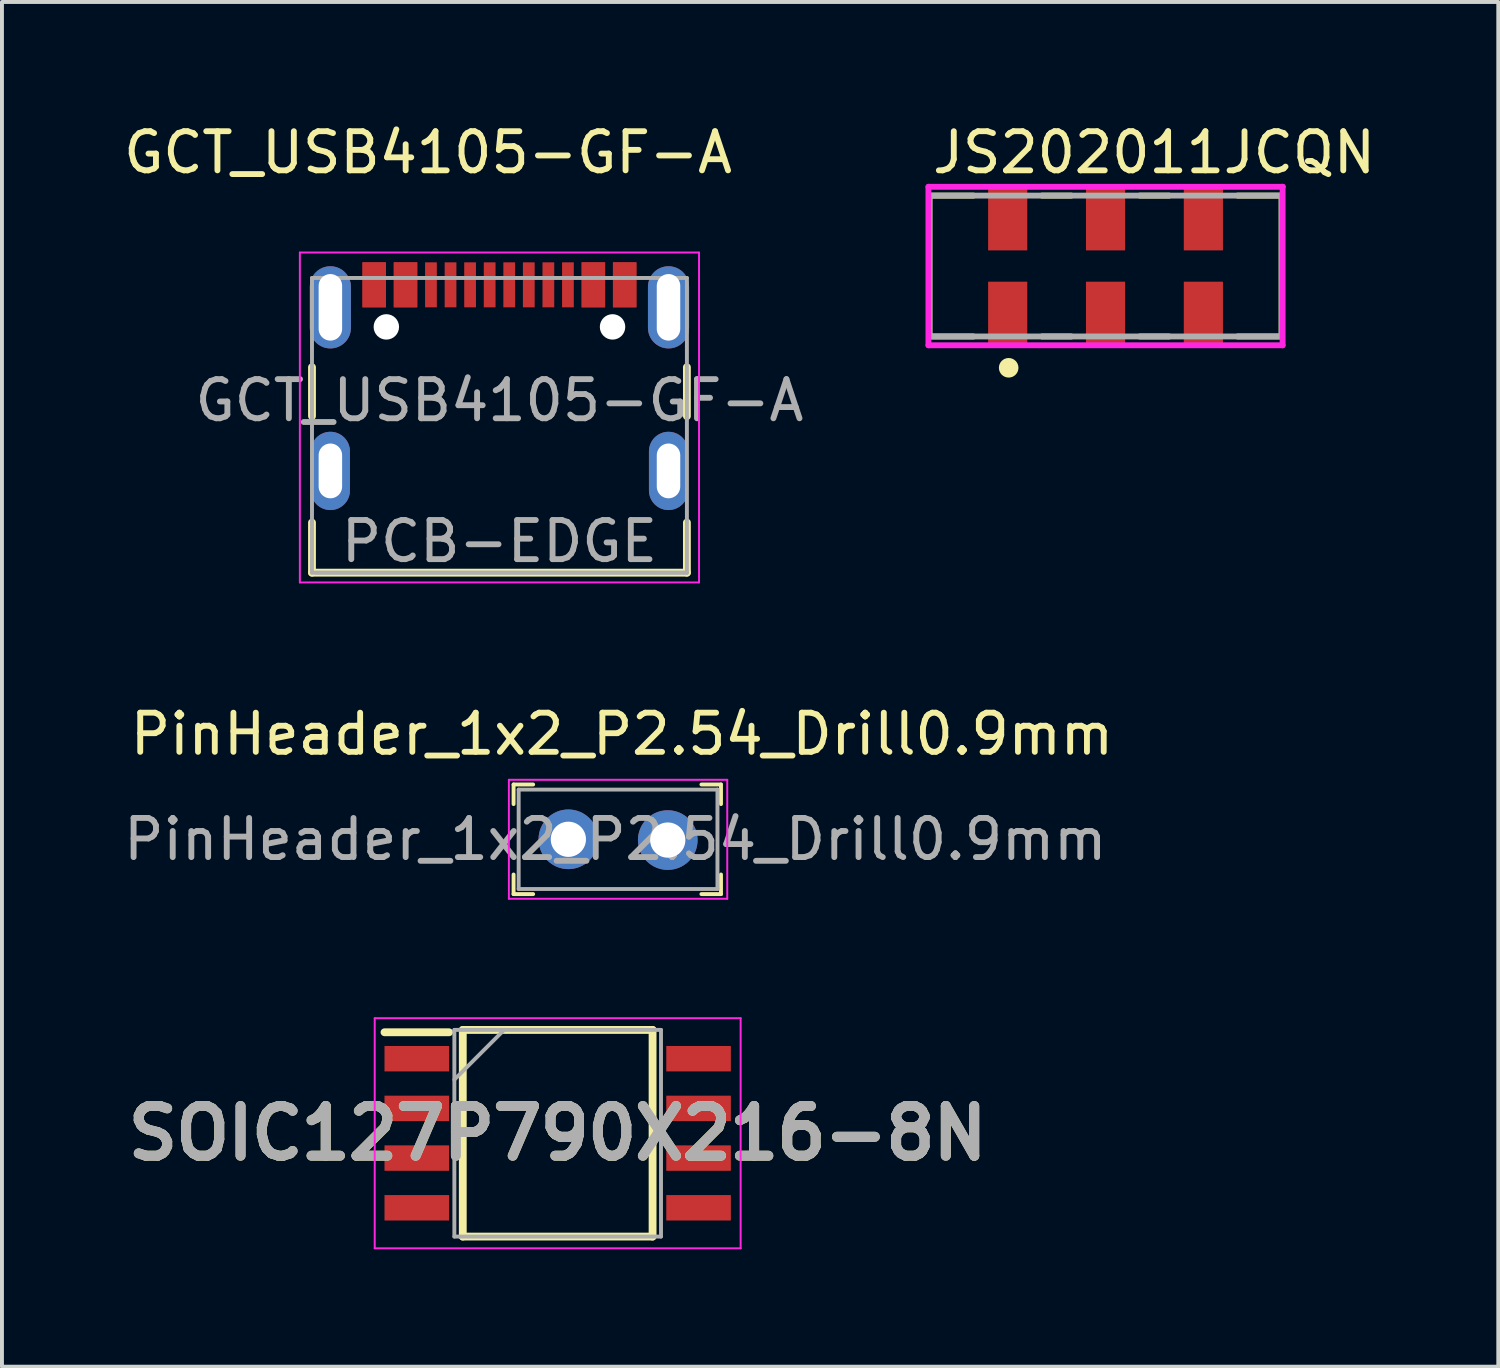
<source format=kicad_pcb>
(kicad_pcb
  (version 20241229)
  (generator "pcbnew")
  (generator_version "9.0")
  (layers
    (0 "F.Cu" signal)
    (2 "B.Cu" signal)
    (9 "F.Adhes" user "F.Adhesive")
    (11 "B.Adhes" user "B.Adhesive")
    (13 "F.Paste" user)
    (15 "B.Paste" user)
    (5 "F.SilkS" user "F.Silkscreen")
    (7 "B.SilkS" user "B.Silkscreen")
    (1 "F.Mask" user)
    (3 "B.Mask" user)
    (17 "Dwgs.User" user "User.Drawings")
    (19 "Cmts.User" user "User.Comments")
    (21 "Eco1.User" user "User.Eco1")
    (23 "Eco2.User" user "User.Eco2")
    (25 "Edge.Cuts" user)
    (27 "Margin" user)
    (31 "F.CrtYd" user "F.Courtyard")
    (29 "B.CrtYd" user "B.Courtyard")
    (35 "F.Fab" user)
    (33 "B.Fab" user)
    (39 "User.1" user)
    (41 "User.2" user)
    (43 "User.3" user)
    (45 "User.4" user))
  (footprint "PinHeader_1x2_P2.54_Drill0.9mm"
    (layer "F.Cu")
    (at 11.473 18.396)
    (property "Reference" "PinHeader_1x2_P2.54_Drill0.9mm" (at 1.37 -2.69 0) (layer "F.SilkS") (effects (font (size 1 1) (thickness 0.15))))
    (attr through_hole)
    (fp_line (start -1.4 -1.4) (end -1.4 -0.9) (stroke (width 0.1) (type solid)) (layer "F.SilkS"))
    (fp_line (start -1.4 -1.4) (end -0.9 -1.4) (stroke (width 0.1) (type solid)) (layer "F.SilkS"))
    (fp_line (start -1.4 1.4) (end -1.4 0.9) (stroke (width 0.1) (type solid)) (layer "F.SilkS"))
    (fp_line (start -1.4 1.4) (end -0.9 1.4) (stroke (width 0.1) (type solid)) (layer "F.SilkS"))
    (fp_line (start 3.9 -1.4) (end 3.4 -1.4) (stroke (width 0.1) (type solid)) (layer "F.SilkS"))
    (fp_line (start 3.9 -1.4) (end 3.9 -0.9) (stroke (width 0.1) (type solid)) (layer "F.SilkS"))
    (fp_line (start 3.9 1.4) (end 3.4 1.4) (stroke (width 0.1) (type solid)) (layer "F.SilkS"))
    (fp_line (start 3.9 1.4) (end 3.9 0.9) (stroke (width 0.1) (type solid)) (layer "F.SilkS"))
    (fp_line (start -1.52 -1.52) (end -1.52 1.52) (stroke (width 0.05) (type solid)) (layer "F.CrtYd"))
    (fp_line (start 4.06 -1.52) (end -1.52 -1.52) (stroke (width 0.05) (type solid)) (layer "F.CrtYd"))
    (fp_line (start 4.06 -1.52) (end 4.06 1.52) (stroke (width 0.05) (type solid)) (layer "F.CrtYd"))
    (fp_line (start 4.06 1.52) (end -1.52 1.52) (stroke (width 0.05) (type solid)) (layer "F.CrtYd"))
    (fp_line (start -1.27 -1.27) (end 3.81 -1.27) (stroke (width 0.1) (type solid)) (layer "F.Fab"))
    (fp_line (start -1.27 1.27) (end -1.27 -1.27) (stroke (width 0.1) (type solid)) (layer "F.Fab"))
    (fp_line (start -1.27 1.27) (end 3.81 1.27) (stroke (width 0.1) (type solid)) (layer "F.Fab"))
    (fp_line (start 3.81 1.27) (end 3.81 -1.27) (stroke (width 0.1) (type solid)) (layer "F.Fab"))
    (fp_text user "${REFERENCE}" (at 1.2 0 0) (layer "F.Fab") (effects (font (size 1 1) (thickness 0.15))))
    (pad "1" thru_hole circle (at 0 0) (size 1.524 1.524) (drill 0.9) (layers "*.Cu" "*.Mask"))
    (pad "2" thru_hole circle (at 2.54 0.02) (size 1.524 1.524) (drill 0.9) (layers "*.Cu" "*.Mask")))
  (footprint "SOIC127P790X216-8N"
    (layer "F.Cu")
    (at 11.2 25.907)
    (property "Reference" "SOIC127P790X216-8N" (at 0 0 0) (layer "F.SilkS") (effects (font (size 1.27 1.27) (thickness 0.254))))
    (attr smd)
    (fp_line (start -4.425 -2.58) (end -2.775 -2.58) (stroke (width 0.2) (type solid)) (layer "F.SilkS"))
    (fp_line (start -2.425 -2.64) (end 2.425 -2.64) (stroke (width 0.2) (type solid)) (layer "F.SilkS"))
    (fp_line (start -2.425 2.64) (end -2.425 -2.64) (stroke (width 0.2) (type solid)) (layer "F.SilkS"))
    (fp_line (start 2.425 -2.64) (end 2.425 2.64) (stroke (width 0.2) (type solid)) (layer "F.SilkS"))
    (fp_line (start 2.425 2.64) (end -2.425 2.64) (stroke (width 0.2) (type solid)) (layer "F.SilkS"))
    (fp_line (start -4.675 -2.94) (end 4.675 -2.94) (stroke (width 0.05) (type solid)) (layer "F.CrtYd"))
    (fp_line (start -4.675 2.94) (end -4.675 -2.94) (stroke (width 0.05) (type solid)) (layer "F.CrtYd"))
    (fp_line (start 4.675 -2.94) (end 4.675 2.94) (stroke (width 0.05) (type solid)) (layer "F.CrtYd"))
    (fp_line (start 4.675 2.94) (end -4.675 2.94) (stroke (width 0.05) (type solid)) (layer "F.CrtYd"))
    (fp_line (start -2.64 -2.64) (end 2.64 -2.64) (stroke (width 0.1) (type solid)) (layer "F.Fab"))
    (fp_line (start -2.64 -1.37) (end -1.37 -2.64) (stroke (width 0.1) (type solid)) (layer "F.Fab"))
    (fp_line (start -2.64 2.64) (end -2.64 -2.64) (stroke (width 0.1) (type solid)) (layer "F.Fab"))
    (fp_line (start 2.64 -2.64) (end 2.64 2.64) (stroke (width 0.1) (type solid)) (layer "F.Fab"))
    (fp_line (start 2.64 2.64) (end -2.64 2.64) (stroke (width 0.1) (type solid)) (layer "F.Fab"))
    (fp_text user "${REFERENCE}" (at 0 0 0) (layer "F.Fab") (effects (font (size 1.27 1.27) (thickness 0.254))))
    (pad "1" smd rect (at -3.6 -1.905 90) (size 0.65 1.65) (layers "F.Cu" "F.Mask" "F.Paste"))
    (pad "2" smd rect (at -3.6 -0.635 90) (size 0.65 1.65) (layers "F.Cu" "F.Mask" "F.Paste"))
    (pad "3" smd rect (at -3.6 0.635 90) (size 0.65 1.65) (layers "F.Cu" "F.Mask" "F.Paste"))
    (pad "4" smd rect (at -3.6 1.905 90) (size 0.65 1.65) (layers "F.Cu" "F.Mask" "F.Paste"))
    (pad "5" smd rect (at 3.6 1.905 90) (size 0.65 1.65) (layers "F.Cu" "F.Mask" "F.Paste"))
    (pad "6" smd rect (at 3.6 0.635 90) (size 0.65 1.65) (layers "F.Cu" "F.Mask" "F.Paste"))
    (pad "7" smd rect (at 3.6 -0.635 90) (size 0.65 1.65) (layers "F.Cu" "F.Mask" "F.Paste"))
    (pad "8" smd rect (at 3.6 -1.905 90) (size 0.65 1.65) (layers "F.Cu" "F.Mask" "F.Paste")))
  (footprint "JS202011JCQN"
    (layer "F.Cu")
    (at 25.199 3.748)
    (property "Reference" "JS202011JCQN" (at -4.5 -2.9 0) (layer "F.SilkS") (effects (font (size 1 1) (thickness 0.15)) (justify left)))
    (attr through_hole)
    (fp_line (start -4.5 -1.8) (end -3.375 -1.8) (stroke (width 0.15) (type solid)) (layer "F.SilkS"))
    (fp_line (start -4.5 1.8) (end -4.5 -1.8) (stroke (width 0.15) (type solid)) (layer "F.SilkS"))
    (fp_line (start -4.5 1.8) (end -3.375 1.8) (stroke (width 0.15) (type solid)) (layer "F.SilkS"))
    (fp_line (start -1.625 -1.8) (end -0.875 -1.8) (stroke (width 0.15) (type solid)) (layer "F.SilkS"))
    (fp_line (start -1.625 1.8) (end -0.875 1.8) (stroke (width 0.15) (type solid)) (layer "F.SilkS"))
    (fp_line (start 0.875 -1.8) (end 1.625 -1.8) (stroke (width 0.15) (type solid)) (layer "F.SilkS"))
    (fp_line (start 0.875 1.8) (end 1.625 1.8) (stroke (width 0.15) (type solid)) (layer "F.SilkS"))
    (fp_line (start 3.375 -1.8) (end 4.5 -1.8) (stroke (width 0.15) (type solid)) (layer "F.SilkS"))
    (fp_line (start 3.375 1.8) (end 4.5 1.8) (stroke (width 0.15) (type solid)) (layer "F.SilkS"))
    (fp_line (start 4.5 1.8) (end 4.5 -1.8) (stroke (width 0.15) (type solid)) (layer "F.SilkS"))
    (fp_circle (center -2.475 2.6) (end -2.35 2.6) (stroke (width 0.25) (type solid)) (fill no) (layer "F.SilkS"))
    (fp_line (start -4.525 -2.025) (end -4.525 2.025) (stroke (width 0.15) (type solid)) (layer "F.CrtYd"))
    (fp_line (start -4.525 2.025) (end 4.525 2.025) (stroke (width 0.15) (type solid)) (layer "F.CrtYd"))
    (fp_line (start 4.525 -2.025) (end -4.525 -2.025) (stroke (width 0.15) (type solid)) (layer "F.CrtYd"))
    (fp_line (start 4.525 -2.025) (end 4.525 -2.025) (stroke (width 0.15) (type solid)) (layer "F.CrtYd"))
    (fp_line (start 4.525 2.025) (end 4.525 -2.025) (stroke (width 0.15) (type solid)) (layer "F.CrtYd"))
    (fp_line (start -4.5 -1.8) (end 4.5 -1.8) (stroke (width 0.15) (type solid)) (layer "F.Fab"))
    (fp_line (start -4.5 1.8) (end -4.5 -1.8) (stroke (width 0.15) (type solid)) (layer "F.Fab"))
    (fp_line (start 4.5 -1.8) (end 4.5 1.8) (stroke (width 0.15) (type solid)) (layer "F.Fab"))
    (fp_line (start 4.5 1.8) (end -4.5 1.8) (stroke (width 0.15) (type solid)) (layer "F.Fab"))
    (pad "1" smd rect (at -2.5 1.2) (size 1 1.6) (layers "F.Cu" "F.Mask" "F.Paste"))
    (pad "2" smd rect (at 0 1.2) (size 1 1.6) (layers "F.Cu" "F.Mask" "F.Paste"))
    (pad "3" smd rect (at 2.5 1.2) (size 1 1.6) (layers "F.Cu" "F.Mask" "F.Paste"))
    (pad "5" smd rect (at -2.5 -1.2) (size 1 1.6) (layers "F.Cu" "F.Mask" "F.Paste"))
    (pad "6" smd rect (at 0 -1.2) (size 1 1.6) (layers "F.Cu" "F.Mask" "F.Paste"))
    (pad "7" smd rect (at 2.5 -1.2) (size 1 1.6) (layers "F.Cu" "F.Mask" "F.Paste")))
  (footprint "GCT_USB4105-GF-A"
    (layer "F.Cu")
    (at 9.712 8.983)
    (property "Reference" "GCT_USB4105-GF-A" (at -1.825 -8.135 0) (layer "F.SilkS") (effects (font (size 1 1) (thickness 0.15))))
    (attr smd)
    (fp_line (start -4.79 -2.65) (end -4.79 -1.4) (stroke (width 0.2) (type solid)) (layer "F.SilkS"))
    (fp_line (start -4.79 1.32) (end -4.79 2.6) (stroke (width 0.2) (type solid)) (layer "F.SilkS"))
    (fp_line (start -4.79 2.6) (end 4.79 2.6) (stroke (width 0.2) (type solid)) (layer "F.SilkS"))
    (fp_line (start 4.79 -2.65) (end 4.79 -1.4) (stroke (width 0.2) (type solid)) (layer "F.SilkS"))
    (fp_line (start 4.79 2.6) (end 4.79 1.32) (stroke (width 0.2) (type solid)) (layer "F.SilkS"))
    (fp_line (start -5.1 -5.58) (end -5.1 2.85) (stroke (width 0.05) (type solid)) (layer "F.CrtYd"))
    (fp_line (start -5.1 2.85) (end 5.1 2.85) (stroke (width 0.05) (type solid)) (layer "F.CrtYd"))
    (fp_line (start 5.1 -5.58) (end -5.1 -5.58) (stroke (width 0.05) (type solid)) (layer "F.CrtYd"))
    (fp_line (start 5.1 2.85) (end 5.1 -5.58) (stroke (width 0.05) (type solid)) (layer "F.CrtYd"))
    (fp_line (start -4.79 -4.93) (end 4.79 -4.93) (stroke (width 0.1) (type solid)) (layer "F.Fab"))
    (fp_line (start -4.79 2.6) (end -4.79 -4.93) (stroke (width 0.1) (type solid)) (layer "F.Fab"))
    (fp_line (start -4.7 2.6) (end 4.79 2.6) (stroke (width 0.1) (type solid)) (layer "F.Fab"))
    (fp_line (start 4.79 -4.93) (end 4.79 2.6) (stroke (width 0.1) (type solid)) (layer "F.Fab"))
    (fp_line (start 4.79 2.6) (end -4.79 2.6) (stroke (width 0.1) (type solid)) (layer "F.Fab"))
    (fp_text user "${REFERENCE}" (at 0 -1.8 0) (layer "F.Fab") (effects (font (size 1 1) (thickness 0.15))))
    (fp_text user "PCB-EDGE" (at 0 1.8 0) (layer "F.Fab") (effects (font (size 1 1) (thickness 0.15))))
    (pad "" np_thru_hole circle (at -2.89 -3.68) (size 0.65 0.65) (drill 0.65) (layers "*.Cu" "*.Mask"))
    (pad "" np_thru_hole circle (at 2.89 -3.68) (size 0.65 0.65) (drill 0.65) (layers "*.Cu" "*.Mask"))
    (pad "A1" smd rect (at -3.2 -4.755) (size 0.6 1.15) (layers "F.Cu" "F.Mask" "F.Paste"))
    (pad "A4" smd rect (at -2.4 -4.755) (size 0.6 1.15) (layers "F.Cu" "F.Mask" "F.Paste"))
    (pad "A5" smd rect (at -1.25 -4.755) (size 0.3 1.15) (layers "F.Cu" "F.Mask" "F.Paste"))
    (pad "A6" smd rect (at -0.25 -4.755) (size 0.3 1.15) (layers "F.Cu" "F.Mask" "F.Paste"))
    (pad "A7" smd rect (at 0.25 -4.755) (size 0.3 1.15) (layers "F.Cu" "F.Mask" "F.Paste"))
    (pad "A8" smd rect (at 1.25 -4.755) (size 0.3 1.15) (layers "F.Cu" "F.Mask" "F.Paste"))
    (pad "A9" smd rect (at 2.4 -4.755) (size 0.6 1.15) (layers "F.Cu" "F.Mask" "F.Paste"))
    (pad "A12" smd rect (at 3.2 -4.755) (size 0.6 1.15) (layers "F.Cu" "F.Mask" "F.Paste"))
    (pad "B1" smd rect (at 3.2 -4.755) (size 0.6 1.15) (layers "F.Cu" "F.Mask" "F.Paste"))
    (pad "B4" smd rect (at 2.4 -4.755) (size 0.6 1.15) (layers "F.Cu" "F.Mask" "F.Paste"))
    (pad "B5" smd rect (at 1.75 -4.755) (size 0.3 1.15) (layers "F.Cu" "F.Mask" "F.Paste"))
    (pad "B6" smd rect (at 0.75 -4.755) (size 0.3 1.15) (layers "F.Cu" "F.Mask" "F.Paste"))
    (pad "B7" smd rect (at -0.75 -4.755) (size 0.3 1.15) (layers "F.Cu" "F.Mask" "F.Paste"))
    (pad "B8" smd rect (at -1.75 -4.755) (size 0.3 1.15) (layers "F.Cu" "F.Mask" "F.Paste"))
    (pad "B9" smd rect (at -2.4 -4.755) (size 0.6 1.15) (layers "F.Cu" "F.Mask" "F.Paste"))
    (pad "B12" smd rect (at -3.2 -4.755) (size 0.6 1.15) (layers "F.Cu" "F.Mask" "F.Paste"))
    (pad "S1" thru_hole oval (at -4.32 -4.18) (size 1.05 2.1) (drill oval 0.6 1.7) (layers "*.Cu" "*.Mask"))
    (pad "S1" thru_hole oval (at -4.32 0) (size 1 2) (drill oval 0.6 1.4) (layers "*.Cu" "*.Mask"))
    (pad "S1" thru_hole oval (at 4.32 -4.18) (size 1.05 2.1) (drill oval 0.6 1.7) (layers "*.Cu" "*.Mask"))
    (pad "S1" thru_hole oval (at 4.32 0) (size 1 2) (drill oval 0.6 1.4) (layers "*.Cu" "*.Mask")))
  (gr_rect
    (start -3 -3)
    (end 35.235 31.872)
    (stroke (width 0.1) (type default))
    (fill no)
    (layer "Edge.Cuts")))
</source>
